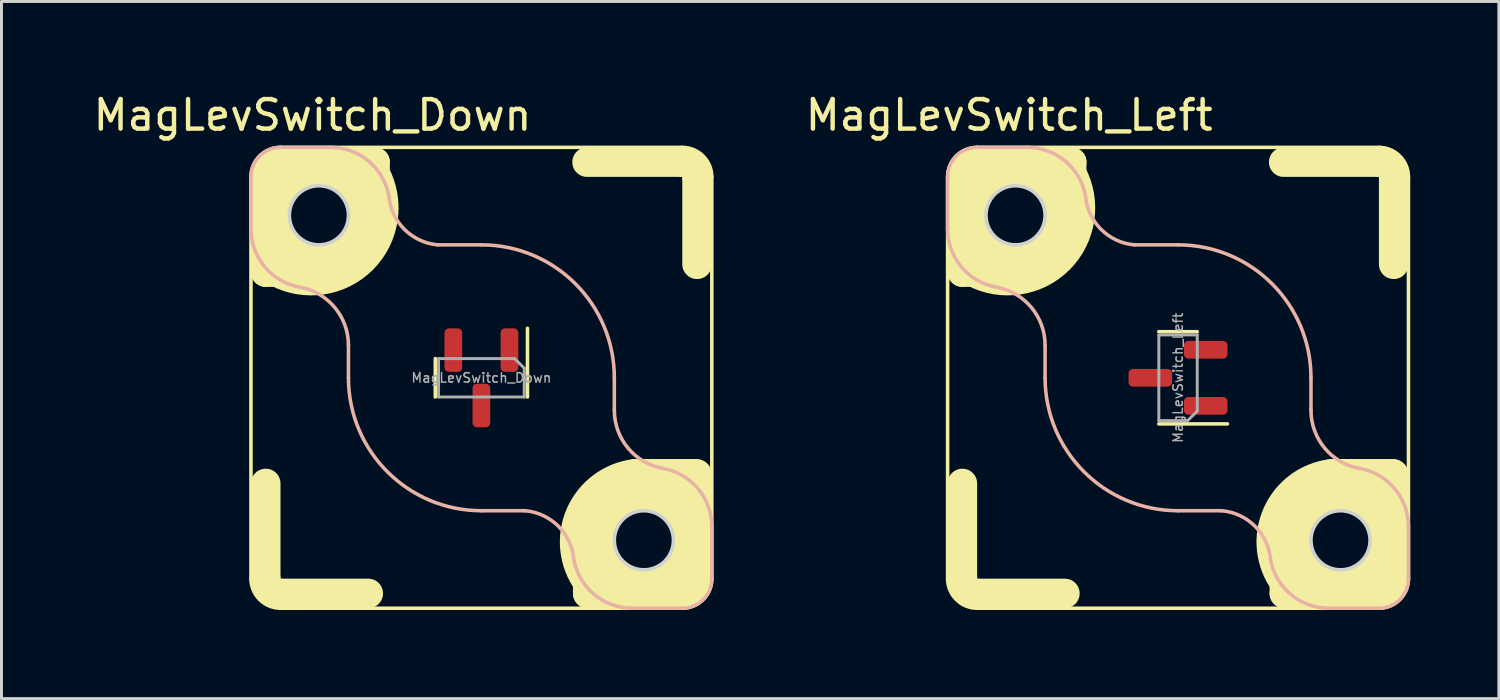
<source format=kicad_pcb>
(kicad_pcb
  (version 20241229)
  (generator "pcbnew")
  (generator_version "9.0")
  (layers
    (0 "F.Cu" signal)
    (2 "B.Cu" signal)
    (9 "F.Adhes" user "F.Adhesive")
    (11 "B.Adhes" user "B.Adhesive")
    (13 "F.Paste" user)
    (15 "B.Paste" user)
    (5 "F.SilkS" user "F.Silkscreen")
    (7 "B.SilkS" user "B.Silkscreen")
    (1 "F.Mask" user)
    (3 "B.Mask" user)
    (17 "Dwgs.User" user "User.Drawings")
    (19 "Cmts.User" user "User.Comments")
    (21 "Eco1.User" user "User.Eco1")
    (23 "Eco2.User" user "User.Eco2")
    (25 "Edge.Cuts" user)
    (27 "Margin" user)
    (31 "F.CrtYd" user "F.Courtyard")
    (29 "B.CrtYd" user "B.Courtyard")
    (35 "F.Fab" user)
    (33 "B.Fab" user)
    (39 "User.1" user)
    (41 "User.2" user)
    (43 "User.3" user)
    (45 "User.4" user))
  (footprint "MagLevSwitch_Left"
    (layer "F.Cu")
    (at 36.826 9.738)
    (property "Reference" "MagLevSwitch_Left" (at -5.715 -8.89 0) (layer "F.SilkS") (effects (font (size 1 1) (thickness 0.15))))
    (attr smd)
    (fp_line (start -7.8 6.8) (end -7.8 -6.8) (stroke (width 0.12) (type default)) (layer "F.SilkS"))
    (fp_line (start -7.3 -6.8) (end -7.3 -3.577) (stroke (width 1) (type default)) (layer "F.SilkS"))
    (fp_line (start -7.3 -3.577) (end -6.92 -3.577) (stroke (width 1) (type default)) (layer "F.SilkS"))
    (fp_line (start -7.3 3.577) (end -7.3 6.8) (stroke (width 1) (type default)) (layer "F.SilkS"))
    (fp_line (start -6.823 -7.3) (end -3.6 -7.3) (stroke (width 1) (type default)) (layer "F.SilkS"))
    (fp_line (start -6.8 -7.8) (end 6.8 -7.8) (stroke (width 0.12) (type default)) (layer "F.SilkS"))
    (fp_line (start -3.83 7.3) (end -6.8 7.3) (stroke (width 1) (type default)) (layer "F.SilkS"))
    (fp_line (start -3.6 -7.3) (end -3.6 -6.92) (stroke (width 1) (type default)) (layer "F.SilkS"))
    (fp_line (start -0.000004 -1.56) (end -0.65 -1.56) (stroke (width 0.12) (type solid)) (layer "F.SilkS"))
    (fp_line (start -0.000004 -1.56) (end 0.65 -1.56) (stroke (width 0.12) (type solid)) (layer "F.SilkS"))
    (fp_line (start -0.000004 1.56) (end -0.65 1.56) (stroke (width 0.12) (type solid)) (layer "F.SilkS"))
    (fp_line (start -0.000004 1.56) (end 1.675 1.56) (stroke (width 0.12) (type solid)) (layer "F.SilkS"))
    (fp_line (start 3.577 -7.3) (end 6.8 -7.3) (stroke (width 1) (type default)) (layer "F.SilkS"))
    (fp_line (start 3.6 7.3) (end 3.6 6.92) (stroke (width 1) (type default)) (layer "F.SilkS"))
    (fp_line (start 6.8 7.8) (end -6.8 7.8) (stroke (width 0.12) (type default)) (layer "F.SilkS"))
    (fp_line (start 6.823 7.3) (end 3.6 7.3) (stroke (width 1) (type default)) (layer "F.SilkS"))
    (fp_line (start 7.273 3.25) (end 5.2 3.25) (stroke (width 1) (type default)) (layer "F.SilkS"))
    (fp_line (start 7.3 -3.842) (end 7.3 -6.8) (stroke (width 1) (type default)) (layer "F.SilkS"))
    (fp_line (start 7.3 6.8) (end 7.3 3.264) (stroke (width 1) (type default)) (layer "F.SilkS"))
    (fp_line (start 7.8 -6.8) (end 7.8 6.8) (stroke (width 0.12) (type default)) (layer "F.SilkS"))
    (fp_arc (start -7.8 -6.8) (mid -7.507106 -7.507106) (end -6.8 -7.8) (stroke (width 0.12) (type default)) (layer "F.SilkS"))
    (fp_arc (start -7.3 -6.8) (mid -7.153553 -7.153553) (end -6.8 -7.3) (stroke (width 1) (type default)) (layer "F.SilkS"))
    (fp_arc (start -6.8 7.3) (mid -7.153555 7.153554) (end -7.3 6.8) (stroke (width 1) (type default)) (layer "F.SilkS"))
    (fp_arc (start -6.8 7.8) (mid -7.507108 7.507107) (end -7.8 6.8) (stroke (width 0.12) (type default)) (layer "F.SilkS"))
    (fp_arc (start -3.6 -6.92) (mid -4.018634 -4.015675) (end -6.92 -3.577) (stroke (width 1) (type default)) (layer "F.SilkS"))
    (fp_arc (start 3.6 6.92) (mid 3.349312 4.626933) (end 5.2 3.25) (stroke (width 1) (type default)) (layer "F.SilkS"))
    (fp_arc (start 6.8 -7.8) (mid 7.507107 -7.507107) (end 7.8 -6.8) (stroke (width 0.12) (type default)) (layer "F.SilkS"))
    (fp_arc (start 6.8 -7.3) (mid 7.153553 -7.153553) (end 7.3 -6.8) (stroke (width 1) (type default)) (layer "F.SilkS"))
    (fp_arc (start 7.3 6.8) (mid 7.153552 7.153551) (end 6.8 7.3) (stroke (width 1) (type default)) (layer "F.SilkS"))
    (fp_arc (start 7.8 6.8) (mid 7.507105 7.507104) (end 6.8 7.8) (stroke (width 0.12) (type default)) (layer "F.SilkS"))
    (fp_circle (center -5.5 -5.5) (end -3.9 -5.5) (stroke (width 1.2) (type default)) (fill no) (layer "F.SilkS"))
    (fp_circle (center 5.5 5.5) (end 7.1 5.5) (stroke (width 1.2) (type default)) (fill no) (layer "F.SilkS"))
    (fp_line (start -7.8 -6.8) (end -7.8 -5.038) (stroke (width 0.12) (type default)) (layer "B.SilkS"))
    (fp_line (start -6.8 -7.8) (end -5.1 -7.8) (stroke (width 0.12) (type default)) (layer "B.SilkS"))
    (fp_line (start -4.5 0) (end -4.5 -1.1) (stroke (width 0.12) (type default)) (layer "B.SilkS"))
    (fp_line (start -1.481 -4.5) (end 0 -4.5) (stroke (width 0.12) (type default)) (layer "B.SilkS"))
    (fp_line (start 1.481 4.5) (end 0 4.5) (stroke (width 0.12) (type default)) (layer "B.SilkS"))
    (fp_line (start 4.5 0) (end 4.5 1.1) (stroke (width 0.12) (type default)) (layer "B.SilkS"))
    (fp_line (start 6.8 7.8) (end 5.1 7.8) (stroke (width 0.12) (type default)) (layer "B.SilkS"))
    (fp_line (start 7.8 6.8) (end 7.8 5.038) (stroke (width 0.12) (type default)) (layer "B.SilkS"))
    (fp_arc (start -7.8 -6.8) (mid -7.507106 -7.507106) (end -6.8 -7.8) (stroke (width 0.12) (type default)) (layer "B.SilkS"))
    (fp_arc (start -6.15 -3.069) (mid -7.332841 -3.753633) (end -7.8 -5.038) (stroke (width 0.12) (type default)) (layer "B.SilkS"))
    (fp_arc (start -6.15 -3.069) (mid -4.967159 -2.384367) (end -4.5 -1.1) (stroke (width 0.12) (type default)) (layer "B.SilkS"))
    (fp_arc (start -5.1 -7.8) (mid -3.815633 -7.332842) (end -3.131 -6.15) (stroke (width 0.12) (type default)) (layer "B.SilkS"))
    (fp_arc (start -1.480999 -4.5) (mid -2.605867 -5.025132) (end -3.130999 -6.15) (stroke (width 0.12) (type default)) (layer "B.SilkS"))
    (fp_arc (start 0 -4.5) (mid 3.181981 -3.181981) (end 4.5 0) (stroke (width 0.12) (type default)) (layer "B.SilkS"))
    (fp_arc (start 0 4.5) (mid -3.181981 3.181981) (end -4.5 0) (stroke (width 0.12) (type default)) (layer "B.SilkS"))
    (fp_arc (start 1.480999 4.5) (mid 2.605866 5.025132) (end 3.130999 6.15) (stroke (width 0.12) (type default)) (layer "B.SilkS"))
    (fp_arc (start 5.1 7.8) (mid 3.815634 7.332842) (end 3.131 6.15) (stroke (width 0.12) (type default)) (layer "B.SilkS"))
    (fp_arc (start 6.15 3.069) (mid 4.967158 2.384367) (end 4.5 1.1) (stroke (width 0.12) (type default)) (layer "B.SilkS"))
    (fp_arc (start 6.15 3.069) (mid 7.332842 3.753633) (end 7.8 5.038) (stroke (width 0.12) (type default)) (layer "B.SilkS"))
    (fp_arc (start 7.8 6.8) (mid 7.507105 7.507104) (end 6.8 7.8) (stroke (width 0.12) (type default)) (layer "B.SilkS"))
    (fp_circle (center -5.5 -5.5) (end -4.5 -5.5) (stroke (width 0.12) (type default)) (fill no) (layer "Edge.Cuts"))
    (fp_circle (center 5.5 5.5) (end 6.5 5.5) (stroke (width 0.12) (type default)) (fill no) (layer "Edge.Cuts"))
    (fp_line (start -0.65 -1.45) (end 0.65 -1.45) (stroke (width 0.1) (type solid)) (layer "F.Fab"))
    (fp_line (start -0.65 1.45) (end -0.65 -1.45) (stroke (width 0.1) (type solid)) (layer "F.Fab"))
    (fp_line (start 0.325 1.45) (end -0.65 1.45) (stroke (width 0.1) (type solid)) (layer "F.Fab"))
    (fp_line (start 0.65 -1.45) (end 0.65 1.125) (stroke (width 0.1) (type solid)) (layer "F.Fab"))
    (fp_line (start 0.65 1.125) (end 0.325 1.45) (stroke (width 0.1) (type solid)) (layer "F.Fab"))
    (fp_text user "${REFERENCE}" (at 0 -0.000004 270) (layer "F.Fab") (effects (font (size 0.32 0.32) (thickness 0.05))))
    (pad "1" smd roundrect (at 0.937 0.95 180) (size 1.475 0.6) (layers "F.Cu" "F.Mask" "F.Paste") (roundrect_rratio 0.25))
    (pad "2" smd roundrect (at 0.937 -0.95 180) (size 1.475 0.6) (layers "F.Cu" "F.Mask" "F.Paste") (roundrect_rratio 0.25))
    (pad "3" smd roundrect (at -0.938 -0.000004 180) (size 1.475 0.6) (layers "F.Cu" "F.Mask" "F.Paste") (roundrect_rratio 0.25)))
  (footprint "MagLevSwitch_Down"
    (layer "F.Cu")
    (at 13.245 9.738)
    (property "Reference" "MagLevSwitch_Down" (at -5.715 -8.89 0) (layer "F.SilkS") (effects (font (size 1 1) (thickness 0.15))))
    (attr smd)
    (fp_line (start -7.8 6.8) (end -7.8 -6.8) (stroke (width 0.12) (type default)) (layer "F.SilkS"))
    (fp_line (start -7.3 -6.8) (end -7.3 -3.577) (stroke (width 1) (type default)) (layer "F.SilkS"))
    (fp_line (start -7.3 -3.577) (end -6.92 -3.577) (stroke (width 1) (type default)) (layer "F.SilkS"))
    (fp_line (start -7.3 3.577) (end -7.3 6.8) (stroke (width 1) (type default)) (layer "F.SilkS"))
    (fp_line (start -6.823 -7.3) (end -3.6 -7.3) (stroke (width 1) (type default)) (layer "F.SilkS"))
    (fp_line (start -6.8 -7.8) (end 6.8 -7.8) (stroke (width 0.12) (type default)) (layer "F.SilkS"))
    (fp_line (start -3.83 7.3) (end -6.8 7.3) (stroke (width 1) (type default)) (layer "F.SilkS"))
    (fp_line (start -3.6 -7.3) (end -3.6 -6.92) (stroke (width 1) (type default)) (layer "F.SilkS"))
    (fp_line (start -1.56 0.000004) (end -1.56 -0.65) (stroke (width 0.12) (type solid)) (layer "F.SilkS"))
    (fp_line (start -1.56 0.000004) (end -1.56 0.65) (stroke (width 0.12) (type solid)) (layer "F.SilkS"))
    (fp_line (start 1.56 0.000004) (end 1.56 -1.675) (stroke (width 0.12) (type solid)) (layer "F.SilkS"))
    (fp_line (start 1.56 0.000004) (end 1.56 0.65) (stroke (width 0.12) (type solid)) (layer "F.SilkS"))
    (fp_line (start 3.577 -7.3) (end 6.8 -7.3) (stroke (width 1) (type default)) (layer "F.SilkS"))
    (fp_line (start 3.6 7.3) (end 3.6 6.92) (stroke (width 1) (type default)) (layer "F.SilkS"))
    (fp_line (start 6.8 7.8) (end -6.8 7.8) (stroke (width 0.12) (type default)) (layer "F.SilkS"))
    (fp_line (start 6.823 7.3) (end 3.6 7.3) (stroke (width 1) (type default)) (layer "F.SilkS"))
    (fp_line (start 7.273 3.25) (end 5.2 3.25) (stroke (width 1) (type default)) (layer "F.SilkS"))
    (fp_line (start 7.3 -3.842) (end 7.3 -6.8) (stroke (width 1) (type default)) (layer "F.SilkS"))
    (fp_line (start 7.3 6.8) (end 7.3 3.264) (stroke (width 1) (type default)) (layer "F.SilkS"))
    (fp_line (start 7.8 -6.8) (end 7.8 6.8) (stroke (width 0.12) (type default)) (layer "F.SilkS"))
    (fp_arc (start -7.8 -6.8) (mid -7.507106 -7.507106) (end -6.8 -7.8) (stroke (width 0.12) (type default)) (layer "F.SilkS"))
    (fp_arc (start -7.3 -6.8) (mid -7.153553 -7.153553) (end -6.8 -7.3) (stroke (width 1) (type default)) (layer "F.SilkS"))
    (fp_arc (start -6.8 7.3) (mid -7.153555 7.153554) (end -7.3 6.8) (stroke (width 1) (type default)) (layer "F.SilkS"))
    (fp_arc (start -6.8 7.8) (mid -7.507108 7.507107) (end -7.8 6.8) (stroke (width 0.12) (type default)) (layer "F.SilkS"))
    (fp_arc (start -3.6 -6.92) (mid -4.018634 -4.015675) (end -6.92 -3.577) (stroke (width 1) (type default)) (layer "F.SilkS"))
    (fp_arc (start 3.6 6.92) (mid 3.349312 4.626933) (end 5.2 3.25) (stroke (width 1) (type default)) (layer "F.SilkS"))
    (fp_arc (start 6.8 -7.8) (mid 7.507107 -7.507107) (end 7.8 -6.8) (stroke (width 0.12) (type default)) (layer "F.SilkS"))
    (fp_arc (start 6.8 -7.3) (mid 7.153553 -7.153553) (end 7.3 -6.8) (stroke (width 1) (type default)) (layer "F.SilkS"))
    (fp_arc (start 7.3 6.8) (mid 7.153552 7.153551) (end 6.8 7.3) (stroke (width 1) (type default)) (layer "F.SilkS"))
    (fp_arc (start 7.8 6.8) (mid 7.507105 7.507104) (end 6.8 7.8) (stroke (width 0.12) (type default)) (layer "F.SilkS"))
    (fp_circle (center -5.5 -5.5) (end -3.9 -5.5) (stroke (width 1.2) (type default)) (fill no) (layer "F.SilkS"))
    (fp_circle (center 5.5 5.5) (end 7.1 5.5) (stroke (width 1.2) (type default)) (fill no) (layer "F.SilkS"))
    (fp_line (start -7.8 -6.8) (end -7.8 -5.038) (stroke (width 0.12) (type default)) (layer "B.SilkS"))
    (fp_line (start -6.8 -7.8) (end -5.1 -7.8) (stroke (width 0.12) (type default)) (layer "B.SilkS"))
    (fp_line (start -4.5 0) (end -4.5 -1.1) (stroke (width 0.12) (type default)) (layer "B.SilkS"))
    (fp_line (start -1.481 -4.5) (end 0 -4.5) (stroke (width 0.12) (type default)) (layer "B.SilkS"))
    (fp_line (start 1.481 4.5) (end 0 4.5) (stroke (width 0.12) (type default)) (layer "B.SilkS"))
    (fp_line (start 4.5 0) (end 4.5 1.1) (stroke (width 0.12) (type default)) (layer "B.SilkS"))
    (fp_line (start 6.8 7.8) (end 5.1 7.8) (stroke (width 0.12) (type default)) (layer "B.SilkS"))
    (fp_line (start 7.8 6.8) (end 7.8 5.038) (stroke (width 0.12) (type default)) (layer "B.SilkS"))
    (fp_arc (start -7.8 -6.8) (mid -7.507106 -7.507106) (end -6.8 -7.8) (stroke (width 0.12) (type default)) (layer "B.SilkS"))
    (fp_arc (start -6.15 -3.069) (mid -7.332841 -3.753633) (end -7.8 -5.038) (stroke (width 0.12) (type default)) (layer "B.SilkS"))
    (fp_arc (start -6.15 -3.069) (mid -4.967159 -2.384367) (end -4.5 -1.1) (stroke (width 0.12) (type default)) (layer "B.SilkS"))
    (fp_arc (start -5.1 -7.8) (mid -3.815633 -7.332842) (end -3.131 -6.15) (stroke (width 0.12) (type default)) (layer "B.SilkS"))
    (fp_arc (start -1.480999 -4.5) (mid -2.605867 -5.025132) (end -3.130999 -6.15) (stroke (width 0.12) (type default)) (layer "B.SilkS"))
    (fp_arc (start 0 -4.5) (mid 3.181981 -3.181981) (end 4.5 0) (stroke (width 0.12) (type default)) (layer "B.SilkS"))
    (fp_arc (start 0 4.5) (mid -3.181981 3.181981) (end -4.5 0) (stroke (width 0.12) (type default)) (layer "B.SilkS"))
    (fp_arc (start 1.480999 4.5) (mid 2.605866 5.025132) (end 3.130999 6.15) (stroke (width 0.12) (type default)) (layer "B.SilkS"))
    (fp_arc (start 5.1 7.8) (mid 3.815634 7.332842) (end 3.131 6.15) (stroke (width 0.12) (type default)) (layer "B.SilkS"))
    (fp_arc (start 6.15 3.069) (mid 4.967158 2.384367) (end 4.5 1.1) (stroke (width 0.12) (type default)) (layer "B.SilkS"))
    (fp_arc (start 6.15 3.069) (mid 7.332842 3.753633) (end 7.8 5.038) (stroke (width 0.12) (type default)) (layer "B.SilkS"))
    (fp_arc (start 7.8 6.8) (mid 7.507105 7.507104) (end 6.8 7.8) (stroke (width 0.12) (type default)) (layer "B.SilkS"))
    (fp_circle (center -5.5 -5.5) (end -4.5 -5.5) (stroke (width 0.12) (type default)) (fill no) (layer "Edge.Cuts"))
    (fp_circle (center 5.5 5.5) (end 6.5 5.5) (stroke (width 0.12) (type default)) (fill no) (layer "Edge.Cuts"))
    (fp_line (start -1.45 -0.65) (end 1.125 -0.65) (stroke (width 0.1) (type solid)) (layer "F.Fab"))
    (fp_line (start -1.45 0.65) (end -1.45 -0.65) (stroke (width 0.1) (type solid)) (layer "F.Fab"))
    (fp_line (start 1.125 -0.65) (end 1.45 -0.325) (stroke (width 0.1) (type solid)) (layer "F.Fab"))
    (fp_line (start 1.45 -0.325) (end 1.45 0.65) (stroke (width 0.1) (type solid)) (layer "F.Fab"))
    (fp_line (start 1.45 0.65) (end -1.45 0.65) (stroke (width 0.1) (type solid)) (layer "F.Fab"))
    (fp_text user "${REFERENCE}" (at 0 0 0) (layer "F.Fab") (effects (font (size 0.32 0.32) (thickness 0.05))))
    (pad "1" smd roundrect (at 0.95 -0.937 270) (size 1.475 0.6) (layers "F.Cu" "F.Mask" "F.Paste") (roundrect_rratio 0.25))
    (pad "2" smd roundrect (at -0.95 -0.937 270) (size 1.475 0.6) (layers "F.Cu" "F.Mask" "F.Paste") (roundrect_rratio 0.25))
    (pad "3" smd roundrect (at 0 0.938 270) (size 1.475 0.6) (layers "F.Cu" "F.Mask" "F.Paste") (roundrect_rratio 0.25)))
  (gr_rect
    (start -3 -3)
    (end 47.686 20.598)
    (stroke (width 0.1) (type default))
    (fill no)
    (layer "Edge.Cuts")))
</source>
